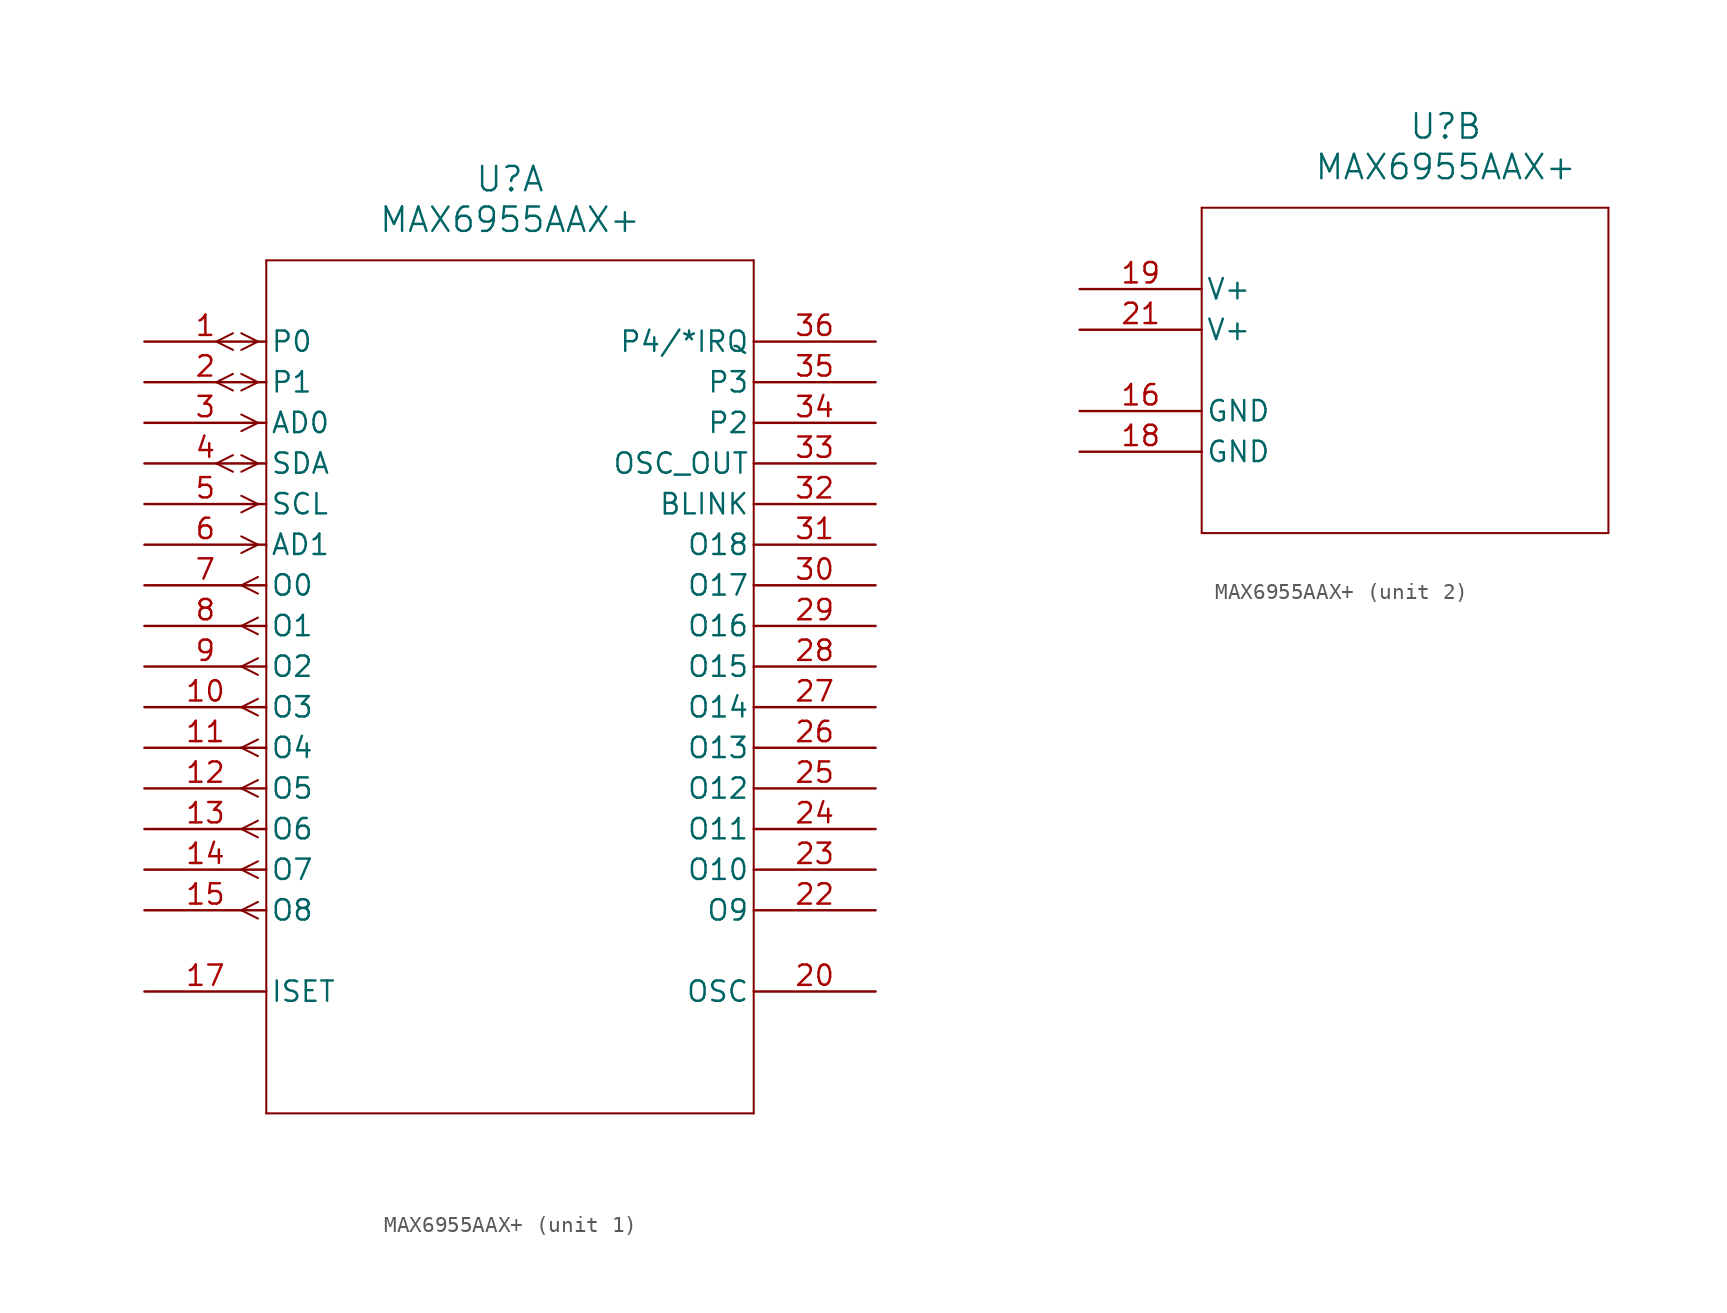
<source format=kicad_sym>
(kicad_symbol_lib
  (version 20211014)
  (generator kicad_symbol_editor)
  (symbol "MAX6955AAX+"
    (pin_names
      (offset 0.254))
    (property "Reference" "U"
      (at 22.86 10.16 0)
      (effects (font (size 1.524 1.524))))
    (property "Value" "MAX6955AAX+"
      (at 22.86 7.62 0)
      (effects (font (size 1.524 1.524))))
    (symbol "MAX6955AAX+_1_1"
      (polyline (pts (xy 7.099 0) (xy 6.058 0.521)) (stroke (width 0.127) (type default) (color 0 0 0 0)) (fill (type none)))
      (polyline (pts (xy 7.099 0) (xy 6.058 -0.521)) (stroke (width 0.127) (type default) (color 0 0 0 0)) (fill (type none)))
      (polyline (pts (xy 5.537 0.521) (xy 4.496 0)) (stroke (width 0.127) (type default) (color 0 0 0 0)) (fill (type none)))
      (polyline (pts (xy 5.537 -0.521) (xy 4.496 0)) (stroke (width 0.127) (type default) (color 0 0 0 0)) (fill (type none)))
      (polyline (pts (xy 7.099 -2.54) (xy 6.058 -2.019)) (stroke (width 0.127) (type default) (color 0 0 0 0)) (fill (type none)))
      (polyline (pts (xy 7.099 -2.54) (xy 6.058 -3.061)) (stroke (width 0.127) (type default) (color 0 0 0 0)) (fill (type none)))
      (polyline (pts (xy 5.537 -2.019) (xy 4.496 -2.54)) (stroke (width 0.127) (type default) (color 0 0 0 0)) (fill (type none)))
      (polyline (pts (xy 5.537 -3.061) (xy 4.496 -2.54)) (stroke (width 0.127) (type default) (color 0 0 0 0)) (fill (type none)))
      (polyline (pts (xy 7.099 -5.08) (xy 6.058 -4.559)) (stroke (width 0.127) (type default) (color 0 0 0 0)) (fill (type none)))
      (polyline (pts (xy 7.099 -5.08) (xy 6.058 -5.601)) (stroke (width 0.127) (type default) (color 0 0 0 0)) (fill (type none)))
      (polyline (pts (xy 7.099 -7.62) (xy 6.058 -7.099)) (stroke (width 0.127) (type default) (color 0 0 0 0)) (fill (type none)))
      (polyline (pts (xy 7.099 -7.62) (xy 6.058 -8.141)) (stroke (width 0.127) (type default) (color 0 0 0 0)) (fill (type none)))
      (polyline (pts (xy 5.537 -7.099) (xy 4.496 -7.62)) (stroke (width 0.127) (type default) (color 0 0 0 0)) (fill (type none)))
      (polyline (pts (xy 5.537 -8.141) (xy 4.496 -7.62)) (stroke (width 0.127) (type default) (color 0 0 0 0)) (fill (type none)))
      (polyline (pts (xy 7.099 -10.16) (xy 6.058 -9.639)) (stroke (width 0.127) (type default) (color 0 0 0 0)) (fill (type none)))
      (polyline (pts (xy 7.099 -10.16) (xy 6.058 -10.681)) (stroke (width 0.127) (type default) (color 0 0 0 0)) (fill (type none)))
      (polyline (pts (xy 7.099 -12.7) (xy 6.058 -12.179)) (stroke (width 0.127) (type default) (color 0 0 0 0)) (fill (type none)))
      (polyline (pts (xy 7.099 -12.7) (xy 6.058 -13.221)) (stroke (width 0.127) (type default) (color 0 0 0 0)) (fill (type none)))
      (polyline (pts (xy 7.099 -14.719) (xy 6.058 -15.24)) (stroke (width 0.127) (type default) (color 0 0 0 0)) (fill (type none)))
      (polyline (pts (xy 7.099 -15.761) (xy 6.058 -15.24)) (stroke (width 0.127) (type default) (color 0 0 0 0)) (fill (type none)))
      (polyline (pts (xy 7.099 -17.259) (xy 6.058 -17.78)) (stroke (width 0.127) (type default) (color 0 0 0 0)) (fill (type none)))
      (polyline (pts (xy 7.099 -18.301) (xy 6.058 -17.78)) (stroke (width 0.127) (type default) (color 0 0 0 0)) (fill (type none)))
      (polyline (pts (xy 7.099 -19.799) (xy 6.058 -20.32)) (stroke (width 0.127) (type default) (color 0 0 0 0)) (fill (type none)))
      (polyline (pts (xy 7.099 -20.841) (xy 6.058 -20.32)) (stroke (width 0.127) (type default) (color 0 0 0 0)) (fill (type none)))
      (polyline (pts (xy 7.099 -22.339) (xy 6.058 -22.86)) (stroke (width 0.127) (type default) (color 0 0 0 0)) (fill (type none)))
      (polyline (pts (xy 7.099 -23.381) (xy 6.058 -22.86)) (stroke (width 0.127) (type default) (color 0 0 0 0)) (fill (type none)))
      (polyline (pts (xy 7.099 -24.879) (xy 6.058 -25.4)) (stroke (width 0.127) (type default) (color 0 0 0 0)) (fill (type none)))
      (polyline (pts (xy 7.099 -25.921) (xy 6.058 -25.4)) (stroke (width 0.127) (type default) (color 0 0 0 0)) (fill (type none)))
      (polyline (pts (xy 7.099 -27.419) (xy 6.058 -27.94)) (stroke (width 0.127) (type default) (color 0 0 0 0)) (fill (type none)))
      (polyline (pts (xy 7.099 -28.461) (xy 6.058 -27.94)) (stroke (width 0.127) (type default) (color 0 0 0 0)) (fill (type none)))
      (polyline (pts (xy 7.099 -29.959) (xy 6.058 -30.48)) (stroke (width 0.127) (type default) (color 0 0 0 0)) (fill (type none)))
      (polyline (pts (xy 7.099 -31.001) (xy 6.058 -30.48)) (stroke (width 0.127) (type default) (color 0 0 0 0)) (fill (type none)))
      (polyline (pts (xy 7.099 -32.499) (xy 6.058 -33.02)) (stroke (width 0.127) (type default) (color 0 0 0 0)) (fill (type none)))
      (polyline (pts (xy 7.099 -33.541) (xy 6.058 -33.02)) (stroke (width 0.127) (type default) (color 0 0 0 0)) (fill (type none)))
      (polyline (pts (xy 7.099 -35.039) (xy 6.058 -35.56)) (stroke (width 0.127) (type default) (color 0 0 0 0)) (fill (type none)))
      (polyline (pts (xy 7.099 -36.081) (xy 6.058 -35.56)) (stroke (width 0.127) (type default) (color 0 0 0 0)) (fill (type none)))
      (polyline (pts (xy 7.62 5.08) (xy 7.62 -48.26)) (stroke (width 0.127) (type default) (color 0 0 0 0)) (fill (type none)))
      (polyline (pts (xy 7.62 -48.26) (xy 38.1 -48.26)) (stroke (width 0.127) (type default) (color 0 0 0 0)) (fill (type none)))
      (polyline (pts (xy 38.1 -48.26) (xy 38.1 5.08)) (stroke (width 0.127) (type default) (color 0 0 0 0)) (fill (type none)))
      (polyline (pts (xy 38.1 5.08) (xy 7.62 5.08)) (stroke (width 0.127) (type default) (color 0 0 0 0)) (fill (type none)))
      (pin bidirectional line (at 0 0 0) (length 7.62) (name "P0" (effects (font (size 1.27 1.27)))) (number "1" (effects (font (size 1.27 1.27)))))
      (pin bidirectional line (at 0 -2.54 0) (length 7.62) (name "P1" (effects (font (size 1.27 1.27)))) (number "2" (effects (font (size 1.27 1.27)))))
      (pin input line (at 0 -5.08 0) (length 7.62) (name "AD0" (effects (font (size 1.27 1.27)))) (number "3" (effects (font (size 1.27 1.27)))))
      (pin bidirectional line (at 0 -7.62 0) (length 7.62) (name "SDA" (effects (font (size 1.27 1.27)))) (number "4" (effects (font (size 1.27 1.27)))))
      (pin input line (at 0 -10.16 0) (length 7.62) (name "SCL" (effects (font (size 1.27 1.27)))) (number "5" (effects (font (size 1.27 1.27)))))
      (pin input line (at 0 -12.7 0) (length 7.62) (name "AD1" (effects (font (size 1.27 1.27)))) (number "6" (effects (font (size 1.27 1.27)))))
      (pin output line (at 0 -15.24 0) (length 7.62) (name "O0" (effects (font (size 1.27 1.27)))) (number "7" (effects (font (size 1.27 1.27)))))
      (pin output line (at 0 -17.78 0) (length 7.62) (name "O1" (effects (font (size 1.27 1.27)))) (number "8" (effects (font (size 1.27 1.27)))))
      (pin output line (at 0 -20.32 0) (length 7.62) (name "O2" (effects (font (size 1.27 1.27)))) (number "9" (effects (font (size 1.27 1.27)))))
      (pin output line (at 0 -22.86 0) (length 7.62) (name "O3" (effects (font (size 1.27 1.27)))) (number "10" (effects (font (size 1.27 1.27)))))
      (pin output line (at 0 -25.4 0) (length 7.62) (name "O4" (effects (font (size 1.27 1.27)))) (number "11" (effects (font (size 1.27 1.27)))))
      (pin output line (at 0 -27.94 0) (length 7.62) (name "O5" (effects (font (size 1.27 1.27)))) (number "12" (effects (font (size 1.27 1.27)))))
      (pin output line (at 0 -30.48 0) (length 7.62) (name "O6" (effects (font (size 1.27 1.27)))) (number "13" (effects (font (size 1.27 1.27)))))
      (pin output line (at 0 -33.02 0) (length 7.62) (name "O7" (effects (font (size 1.27 1.27)))) (number "14" (effects (font (size 1.27 1.27)))))
      (pin output line (at 0 -35.56 0) (length 7.62) (name "O8" (effects (font (size 1.27 1.27)))) (number "15" (effects (font (size 1.27 1.27)))))
      (pin unspecified line (at 0 -40.64 0) (length 7.62) (name "ISET" (effects (font (size 1.27 1.27)))) (number "17" (effects (font (size 1.27 1.27)))))
      (pin unspecified line (at 45.72 -40.64 180) (length 7.62) (name "OSC" (effects (font (size 1.27 1.27)))) (number "20" (effects (font (size 1.27 1.27)))))
      (pin unspecified line (at 45.72 -35.56 180) (length 7.62) (name "O9" (effects (font (size 1.27 1.27)))) (number "22" (effects (font (size 1.27 1.27)))))
      (pin unspecified line (at 45.72 -33.02 180) (length 7.62) (name "O10" (effects (font (size 1.27 1.27)))) (number "23" (effects (font (size 1.27 1.27)))))
      (pin unspecified line (at 45.72 -30.48 180) (length 7.62) (name "O11" (effects (font (size 1.27 1.27)))) (number "24" (effects (font (size 1.27 1.27)))))
      (pin unspecified line (at 45.72 -27.94 180) (length 7.62) (name "O12" (effects (font (size 1.27 1.27)))) (number "25" (effects (font (size 1.27 1.27)))))
      (pin unspecified line (at 45.72 -25.4 180) (length 7.62) (name "O13" (effects (font (size 1.27 1.27)))) (number "26" (effects (font (size 1.27 1.27)))))
      (pin unspecified line (at 45.72 -22.86 180) (length 7.62) (name "O14" (effects (font (size 1.27 1.27)))) (number "27" (effects (font (size 1.27 1.27)))))
      (pin unspecified line (at 45.72 -20.32 180) (length 7.62) (name "O15" (effects (font (size 1.27 1.27)))) (number "28" (effects (font (size 1.27 1.27)))))
      (pin unspecified line (at 45.72 -17.78 180) (length 7.62) (name "O16" (effects (font (size 1.27 1.27)))) (number "29" (effects (font (size 1.27 1.27)))))
      (pin unspecified line (at 45.72 -15.24 180) (length 7.62) (name "O17" (effects (font (size 1.27 1.27)))) (number "30" (effects (font (size 1.27 1.27)))))
      (pin unspecified line (at 45.72 -12.7 180) (length 7.62) (name "O18" (effects (font (size 1.27 1.27)))) (number "31" (effects (font (size 1.27 1.27)))))
      (pin unspecified line (at 45.72 -10.16 180) (length 7.62) (name "BLINK" (effects (font (size 1.27 1.27)))) (number "32" (effects (font (size 1.27 1.27)))))
      (pin unspecified line (at 45.72 -7.62 180) (length 7.62) (name "OSC_OUT" (effects (font (size 1.27 1.27)))) (number "33" (effects (font (size 1.27 1.27)))))
      (pin unspecified line (at 45.72 -5.08 180) (length 7.62) (name "P2" (effects (font (size 1.27 1.27)))) (number "34" (effects (font (size 1.27 1.27)))))
      (pin unspecified line (at 45.72 -2.54 180) (length 7.62) (name "P3" (effects (font (size 1.27 1.27)))) (number "35" (effects (font (size 1.27 1.27)))))
      (pin unspecified line (at 45.72 0 180) (length 7.62) (name "P4/*IRQ" (effects (font (size 1.27 1.27)))) (number "36" (effects (font (size 1.27 1.27))))))
    (symbol "MAX6955AAX+_2_1"
      (polyline (pts (xy 7.62 5.08) (xy 7.62 -15.24)) (stroke (width 0.127) (type default) (color 0 0 0 0)) (fill (type none)))
      (polyline (pts (xy 7.62 -15.24) (xy 33.02 -15.24)) (stroke (width 0.127) (type default) (color 0 0 0 0)) (fill (type none)))
      (polyline (pts (xy 33.02 -15.24) (xy 33.02 5.08)) (stroke (width 0.127) (type default) (color 0 0 0 0)) (fill (type none)))
      (polyline (pts (xy 33.02 5.08) (xy 7.62 5.08)) (stroke (width 0.127) (type default) (color 0 0 0 0)) (fill (type none)))
      (pin power_in line (at 0 -7.62 0) (length 7.62) (name "GND" (effects (font (size 1.27 1.27)))) (number "16" (effects (font (size 1.27 1.27)))))
      (pin unspecified line (at 0 -10.16 0) (length 7.62) (name "GND" (effects (font (size 1.27 1.27)))) (number "18" (effects (font (size 1.27 1.27)))))
      (pin unspecified line (at 0 0 0) (length 7.62) (name "V+" (effects (font (size 1.27 1.27)))) (number "19" (effects (font (size 1.27 1.27)))))
      (pin unspecified line (at 0 -2.54 0) (length 7.62) (name "V+" (effects (font (size 1.27 1.27)))) (number "21" (effects (font (size 1.27 1.27))))))))
</source>
